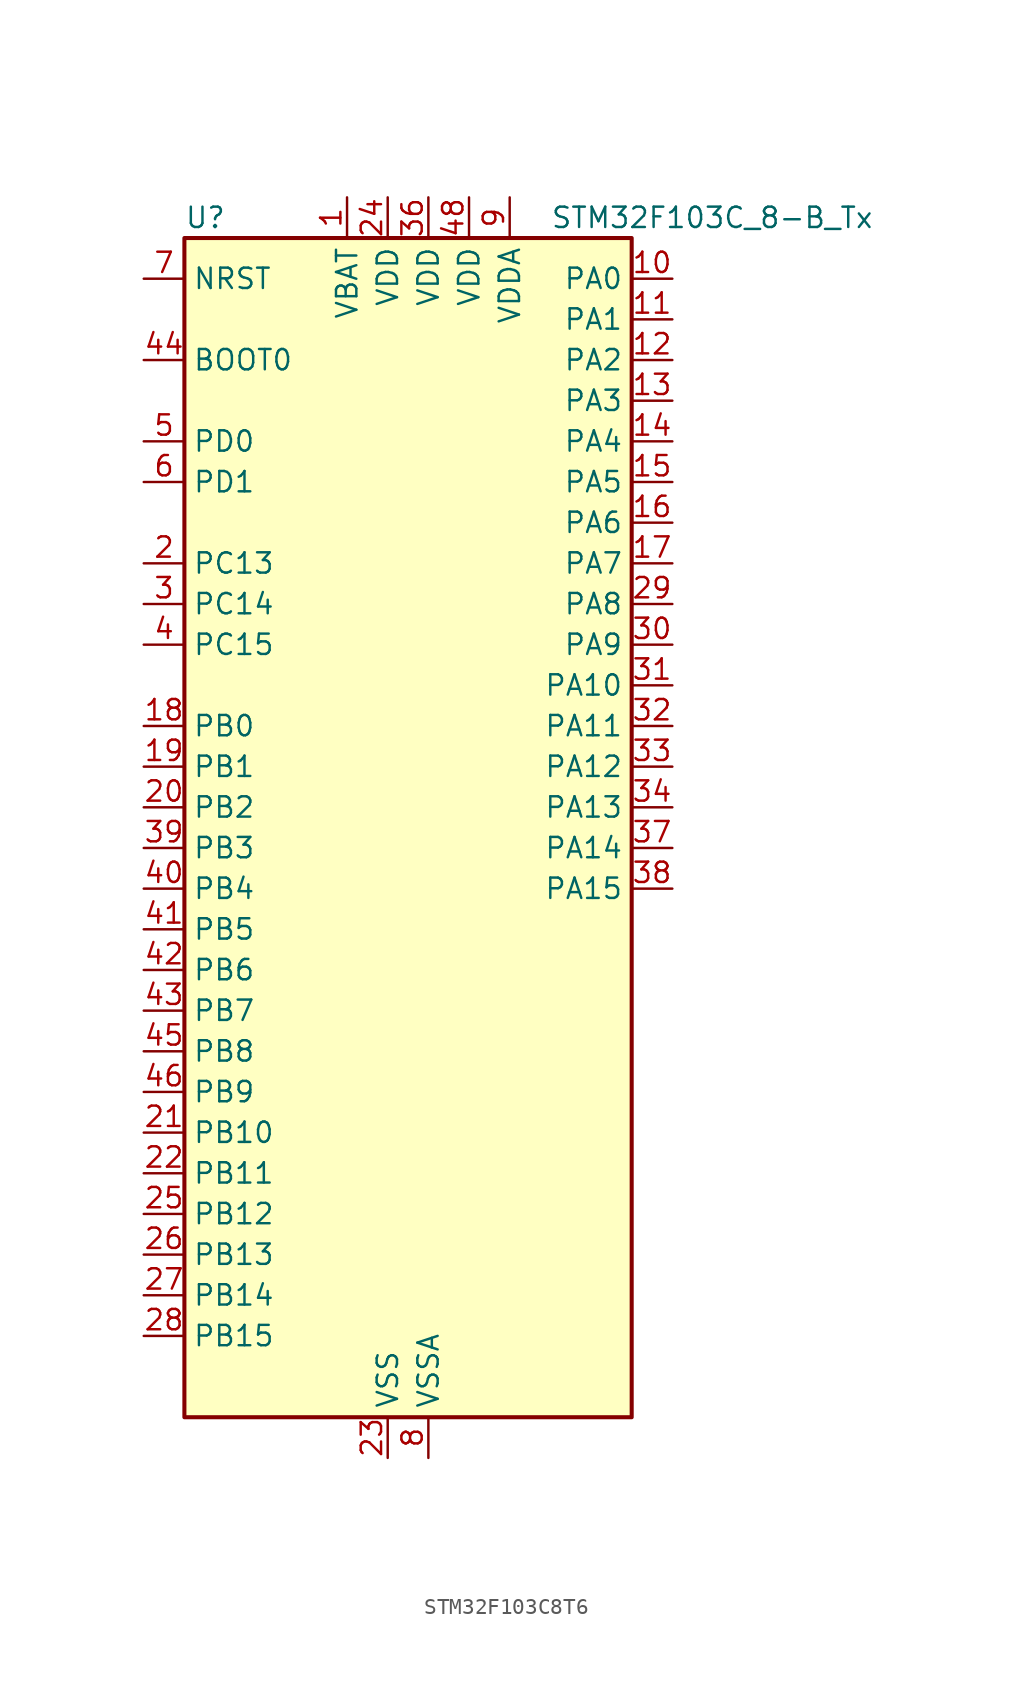
<source format=kicad_sym>
(kicad_symbol_lib
  (version 20220914)
  (generator kicad_symbol_editor)
  (symbol "STM32F103C8T6"
    (property "Reference" "U"
      (at -12.7 39.37 0)
      (effects (font (size 1.27 1.27)) (justify left)))
    (property "Value" "STM32F103C_8-B_Tx"
      (at 10.16 39.37 0)
      (effects (font (size 1.27 1.27)) (justify left)))
    (property "ki_locked" ""
      (at 0 0 0)
      (effects (font (size 1.27 1.27))))
    (symbol "STM32F103C8T6_0_1"
      (rectangle (start -12.7 -35.56) (end 15.24 38.1) (stroke (width 0.254) (type default)) (fill (type background))))
    (symbol "STM32F103C8T6_1_1"
      (pin power_in line (at -2.54 40.64 270) (length 2.54) (name "VBAT" (effects (font (size 1.27 1.27)))) (number "1" (effects (font (size 1.27 1.27)))))
      (pin bidirectional line (at 17.78 35.56 180) (length 2.54) (name "PA0" (effects (font (size 1.27 1.27)))) (number "10" (effects (font (size 1.27 1.27)))) (alternate "ADC1_IN0" bidirectional line) (alternate "ADC2_IN0" bidirectional line) (alternate "SYS_WKUP" bidirectional line) (alternate "TIM2_CH1" bidirectional line) (alternate "TIM2_ETR" bidirectional line) (alternate "USART2_CTS" bidirectional line))
      (pin bidirectional line (at 17.78 33.02 180) (length 2.54) (name "PA1" (effects (font (size 1.27 1.27)))) (number "11" (effects (font (size 1.27 1.27)))) (alternate "ADC1_IN1" bidirectional line) (alternate "ADC2_IN1" bidirectional line) (alternate "TIM2_CH2" bidirectional line) (alternate "USART2_RTS" bidirectional line))
      (pin bidirectional line (at 17.78 30.48 180) (length 2.54) (name "PA2" (effects (font (size 1.27 1.27)))) (number "12" (effects (font (size 1.27 1.27)))) (alternate "ADC1_IN2" bidirectional line) (alternate "ADC2_IN2" bidirectional line) (alternate "TIM2_CH3" bidirectional line) (alternate "USART2_TX" bidirectional line))
      (pin bidirectional line (at 17.78 27.94 180) (length 2.54) (name "PA3" (effects (font (size 1.27 1.27)))) (number "13" (effects (font (size 1.27 1.27)))) (alternate "ADC1_IN3" bidirectional line) (alternate "ADC2_IN3" bidirectional line) (alternate "TIM2_CH4" bidirectional line) (alternate "USART2_RX" bidirectional line))
      (pin bidirectional line (at 17.78 25.4 180) (length 2.54) (name "PA4" (effects (font (size 1.27 1.27)))) (number "14" (effects (font (size 1.27 1.27)))) (alternate "ADC1_IN4" bidirectional line) (alternate "ADC2_IN4" bidirectional line) (alternate "SPI1_NSS" bidirectional line) (alternate "USART2_CK" bidirectional line))
      (pin bidirectional line (at 17.78 22.86 180) (length 2.54) (name "PA5" (effects (font (size 1.27 1.27)))) (number "15" (effects (font (size 1.27 1.27)))) (alternate "ADC1_IN5" bidirectional line) (alternate "ADC2_IN5" bidirectional line) (alternate "SPI1_SCK" bidirectional line))
      (pin bidirectional line (at 17.78 20.32 180) (length 2.54) (name "PA6" (effects (font (size 1.27 1.27)))) (number "16" (effects (font (size 1.27 1.27)))) (alternate "ADC1_IN6" bidirectional line) (alternate "ADC2_IN6" bidirectional line) (alternate "SPI1_MISO" bidirectional line) (alternate "TIM1_BKIN" bidirectional line) (alternate "TIM3_CH1" bidirectional line))
      (pin bidirectional line (at 17.78 17.78 180) (length 2.54) (name "PA7" (effects (font (size 1.27 1.27)))) (number "17" (effects (font (size 1.27 1.27)))) (alternate "ADC1_IN7" bidirectional line) (alternate "ADC2_IN7" bidirectional line) (alternate "SPI1_MOSI" bidirectional line) (alternate "TIM1_CH1N" bidirectional line) (alternate "TIM3_CH2" bidirectional line))
      (pin bidirectional line (at -15.24 7.62 0) (length 2.54) (name "PB0" (effects (font (size 1.27 1.27)))) (number "18" (effects (font (size 1.27 1.27)))) (alternate "ADC1_IN8" bidirectional line) (alternate "ADC2_IN8" bidirectional line) (alternate "TIM1_CH2N" bidirectional line) (alternate "TIM3_CH3" bidirectional line))
      (pin bidirectional line (at -15.24 5.08 0) (length 2.54) (name "PB1" (effects (font (size 1.27 1.27)))) (number "19" (effects (font (size 1.27 1.27)))) (alternate "ADC1_IN9" bidirectional line) (alternate "ADC2_IN9" bidirectional line) (alternate "TIM1_CH3N" bidirectional line) (alternate "TIM3_CH4" bidirectional line))
      (pin bidirectional line (at -15.24 17.78 0) (length 2.54) (name "PC13" (effects (font (size 1.27 1.27)))) (number "2" (effects (font (size 1.27 1.27)))) (alternate "RTC_OUT" bidirectional line) (alternate "RTC_TAMPER" bidirectional line))
      (pin bidirectional line (at -15.24 2.54 0) (length 2.54) (name "PB2" (effects (font (size 1.27 1.27)))) (number "20" (effects (font (size 1.27 1.27)))))
      (pin bidirectional line (at -15.24 -17.78 0) (length 2.54) (name "PB10" (effects (font (size 1.27 1.27)))) (number "21" (effects (font (size 1.27 1.27)))) (alternate "I2C2_SCL" bidirectional line) (alternate "TIM2_CH3" bidirectional line) (alternate "USART3_TX" bidirectional line))
      (pin bidirectional line (at -15.24 -20.32 0) (length 2.54) (name "PB11" (effects (font (size 1.27 1.27)))) (number "22" (effects (font (size 1.27 1.27)))) (alternate "ADC1_EXTI11" bidirectional line) (alternate "ADC2_EXTI11" bidirectional line) (alternate "I2C2_SDA" bidirectional line) (alternate "TIM2_CH4" bidirectional line) (alternate "USART3_RX" bidirectional line))
      (pin power_in line (at 0 -38.1 90) (length 2.54) (name "VSS" (effects (font (size 1.27 1.27)))) (number "23" (effects (font (size 1.27 1.27)))))
      (pin power_in line (at 0 40.64 270) (length 2.54) (name "VDD" (effects (font (size 1.27 1.27)))) (number "24" (effects (font (size 1.27 1.27)))))
      (pin bidirectional line (at -15.24 -22.86 0) (length 2.54) (name "PB12" (effects (font (size 1.27 1.27)))) (number "25" (effects (font (size 1.27 1.27)))) (alternate "I2C2_SMBA" bidirectional line) (alternate "SPI2_NSS" bidirectional line) (alternate "TIM1_BKIN" bidirectional line) (alternate "USART3_CK" bidirectional line))
      (pin bidirectional line (at -15.24 -25.4 0) (length 2.54) (name "PB13" (effects (font (size 1.27 1.27)))) (number "26" (effects (font (size 1.27 1.27)))) (alternate "SPI2_SCK" bidirectional line) (alternate "TIM1_CH1N" bidirectional line) (alternate "USART3_CTS" bidirectional line))
      (pin bidirectional line (at -15.24 -27.94 0) (length 2.54) (name "PB14" (effects (font (size 1.27 1.27)))) (number "27" (effects (font (size 1.27 1.27)))) (alternate "SPI2_MISO" bidirectional line) (alternate "TIM1_CH2N" bidirectional line) (alternate "USART3_RTS" bidirectional line))
      (pin bidirectional line (at -15.24 -30.48 0) (length 2.54) (name "PB15" (effects (font (size 1.27 1.27)))) (number "28" (effects (font (size 1.27 1.27)))) (alternate "ADC1_EXTI15" bidirectional line) (alternate "ADC2_EXTI15" bidirectional line) (alternate "SPI2_MOSI" bidirectional line) (alternate "TIM1_CH3N" bidirectional line))
      (pin bidirectional line (at 17.78 15.24 180) (length 2.54) (name "PA8" (effects (font (size 1.27 1.27)))) (number "29" (effects (font (size 1.27 1.27)))) (alternate "RCC_MCO" bidirectional line) (alternate "TIM1_CH1" bidirectional line) (alternate "USART1_CK" bidirectional line))
      (pin bidirectional line (at -15.24 15.24 0) (length 2.54) (name "PC14" (effects (font (size 1.27 1.27)))) (number "3" (effects (font (size 1.27 1.27)))) (alternate "RCC_OSC32_IN" bidirectional line))
      (pin bidirectional line (at 17.78 12.7 180) (length 2.54) (name "PA9" (effects (font (size 1.27 1.27)))) (number "30" (effects (font (size 1.27 1.27)))) (alternate "TIM1_CH2" bidirectional line) (alternate "USART1_TX" bidirectional line))
      (pin bidirectional line (at 17.78 10.16 180) (length 2.54) (name "PA10" (effects (font (size 1.27 1.27)))) (number "31" (effects (font (size 1.27 1.27)))) (alternate "TIM1_CH3" bidirectional line) (alternate "USART1_RX" bidirectional line))
      (pin bidirectional line (at 17.78 7.62 180) (length 2.54) (name "PA11" (effects (font (size 1.27 1.27)))) (number "32" (effects (font (size 1.27 1.27)))) (alternate "ADC1_EXTI11" bidirectional line) (alternate "ADC2_EXTI11" bidirectional line) (alternate "CAN_RX" bidirectional line) (alternate "TIM1_CH4" bidirectional line) (alternate "USART1_CTS" bidirectional line) (alternate "USB_DM" bidirectional line))
      (pin bidirectional line (at 17.78 5.08 180) (length 2.54) (name "PA12" (effects (font (size 1.27 1.27)))) (number "33" (effects (font (size 1.27 1.27)))) (alternate "CAN_TX" bidirectional line) (alternate "TIM1_ETR" bidirectional line) (alternate "USART1_RTS" bidirectional line) (alternate "USB_DP" bidirectional line))
      (pin bidirectional line (at 17.78 2.54 180) (length 2.54) (name "PA13" (effects (font (size 1.27 1.27)))) (number "34" (effects (font (size 1.27 1.27)))) (alternate "SYS_JTMS-SWDIO" bidirectional line))
      (pin passive line (at 0 -38.1 90) (length 2.54) hide (name "VSS" (effects (font (size 1.27 1.27)))) (number "35" (effects (font (size 1.27 1.27)))))
      (pin power_in line (at 2.54 40.64 270) (length 2.54) (name "VDD" (effects (font (size 1.27 1.27)))) (number "36" (effects (font (size 1.27 1.27)))))
      (pin bidirectional line (at 17.78 0 180) (length 2.54) (name "PA14" (effects (font (size 1.27 1.27)))) (number "37" (effects (font (size 1.27 1.27)))) (alternate "SYS_JTCK-SWCLK" bidirectional line))
      (pin bidirectional line (at 17.78 -2.54 180) (length 2.54) (name "PA15" (effects (font (size 1.27 1.27)))) (number "38" (effects (font (size 1.27 1.27)))) (alternate "ADC1_EXTI15" bidirectional line) (alternate "ADC2_EXTI15" bidirectional line) (alternate "SPI1_NSS" bidirectional line) (alternate "SYS_JTDI" bidirectional line) (alternate "TIM2_CH1" bidirectional line) (alternate "TIM2_ETR" bidirectional line))
      (pin bidirectional line (at -15.24 0 0) (length 2.54) (name "PB3" (effects (font (size 1.27 1.27)))) (number "39" (effects (font (size 1.27 1.27)))) (alternate "SPI1_SCK" bidirectional line) (alternate "SYS_JTDO-TRACESWO" bidirectional line) (alternate "TIM2_CH2" bidirectional line))
      (pin bidirectional line (at -15.24 12.7 0) (length 2.54) (name "PC15" (effects (font (size 1.27 1.27)))) (number "4" (effects (font (size 1.27 1.27)))) (alternate "ADC1_EXTI15" bidirectional line) (alternate "ADC2_EXTI15" bidirectional line) (alternate "RCC_OSC32_OUT" bidirectional line))
      (pin bidirectional line (at -15.24 -2.54 0) (length 2.54) (name "PB4" (effects (font (size 1.27 1.27)))) (number "40" (effects (font (size 1.27 1.27)))) (alternate "SPI1_MISO" bidirectional line) (alternate "SYS_NJTRST" bidirectional line) (alternate "TIM3_CH1" bidirectional line))
      (pin bidirectional line (at -15.24 -5.08 0) (length 2.54) (name "PB5" (effects (font (size 1.27 1.27)))) (number "41" (effects (font (size 1.27 1.27)))) (alternate "I2C1_SMBA" bidirectional line) (alternate "SPI1_MOSI" bidirectional line) (alternate "TIM3_CH2" bidirectional line))
      (pin bidirectional line (at -15.24 -7.62 0) (length 2.54) (name "PB6" (effects (font (size 1.27 1.27)))) (number "42" (effects (font (size 1.27 1.27)))) (alternate "I2C1_SCL" bidirectional line) (alternate "TIM4_CH1" bidirectional line) (alternate "USART1_TX" bidirectional line))
      (pin bidirectional line (at -15.24 -10.16 0) (length 2.54) (name "PB7" (effects (font (size 1.27 1.27)))) (number "43" (effects (font (size 1.27 1.27)))) (alternate "I2C1_SDA" bidirectional line) (alternate "TIM4_CH2" bidirectional line) (alternate "USART1_RX" bidirectional line))
      (pin input line (at -15.24 30.48 0) (length 2.54) (name "BOOT0" (effects (font (size 1.27 1.27)))) (number "44" (effects (font (size 1.27 1.27)))))
      (pin bidirectional line (at -15.24 -12.7 0) (length 2.54) (name "PB8" (effects (font (size 1.27 1.27)))) (number "45" (effects (font (size 1.27 1.27)))) (alternate "CAN_RX" bidirectional line) (alternate "I2C1_SCL" bidirectional line) (alternate "TIM4_CH3" bidirectional line))
      (pin bidirectional line (at -15.24 -15.24 0) (length 2.54) (name "PB9" (effects (font (size 1.27 1.27)))) (number "46" (effects (font (size 1.27 1.27)))) (alternate "CAN_TX" bidirectional line) (alternate "I2C1_SDA" bidirectional line) (alternate "TIM4_CH4" bidirectional line))
      (pin passive line (at 0 -38.1 90) (length 2.54) hide (name "VSS" (effects (font (size 1.27 1.27)))) (number "47" (effects (font (size 1.27 1.27)))))
      (pin power_in line (at 5.08 40.64 270) (length 2.54) (name "VDD" (effects (font (size 1.27 1.27)))) (number "48" (effects (font (size 1.27 1.27)))))
      (pin bidirectional line (at -15.24 25.4 0) (length 2.54) (name "PD0" (effects (font (size 1.27 1.27)))) (number "5" (effects (font (size 1.27 1.27)))) (alternate "RCC_OSC_IN" bidirectional line))
      (pin bidirectional line (at -15.24 22.86 0) (length 2.54) (name "PD1" (effects (font (size 1.27 1.27)))) (number "6" (effects (font (size 1.27 1.27)))) (alternate "RCC_OSC_OUT" bidirectional line))
      (pin input line (at -15.24 35.56 0) (length 2.54) (name "NRST" (effects (font (size 1.27 1.27)))) (number "7" (effects (font (size 1.27 1.27)))))
      (pin power_in line (at 2.54 -38.1 90) (length 2.54) (name "VSSA" (effects (font (size 1.27 1.27)))) (number "8" (effects (font (size 1.27 1.27)))))
      (pin power_in line (at 7.62 40.64 270) (length 2.54) (name "VDDA" (effects (font (size 1.27 1.27)))) (number "9" (effects (font (size 1.27 1.27))))))))
</source>
